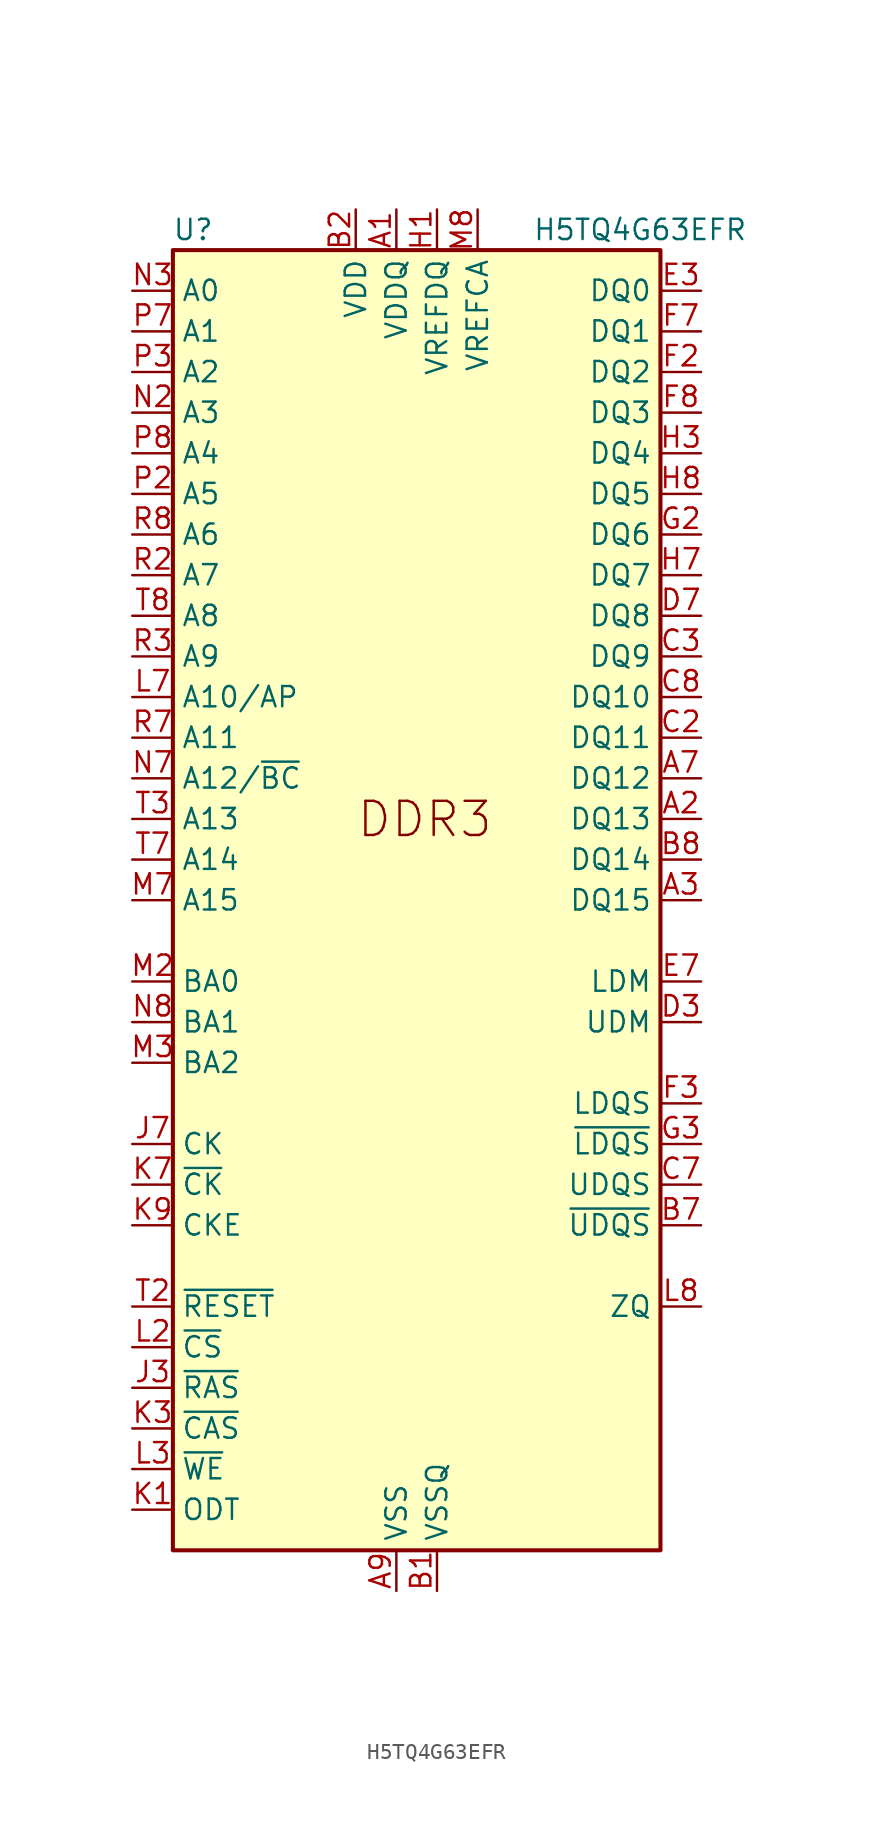
<source format=kicad_sym>
(kicad_symbol_lib
  (version 20241209)
  (generator "kicad_symbol_editor")
  (generator_version "9.0")
  (symbol "H5TQ4G63EFR"
    (property "Reference" "U"
      (at -13.97 41.91 0)
      (effects (font (size 1.27 1.27))))
    (property "Value" "H5TQ4G63EFR"
      (at 13.97 41.91 0)
      (effects (font (size 1.27 1.27))))
    (symbol "H5TQ4G63EFR_0_1"
      (rectangle (start -15.24 40.64) (end 15.24 -40.64) (stroke (width 0.254) (type default)) (fill (type background)))
      (pin input line (at -17.78 38.1 0) (length 2.54) (name "A0" (effects (font (size 1.27 1.27)))) (number "N3" (effects (font (size 1.27 1.27)))))
      (pin input line (at -17.78 35.56 0) (length 2.54) (name "A1" (effects (font (size 1.27 1.27)))) (number "P7" (effects (font (size 1.27 1.27)))))
      (pin input line (at -17.78 33.02 0) (length 2.54) (name "A2" (effects (font (size 1.27 1.27)))) (number "P3" (effects (font (size 1.27 1.27)))))
      (pin input line (at -17.78 30.48 0) (length 2.54) (name "A3" (effects (font (size 1.27 1.27)))) (number "N2" (effects (font (size 1.27 1.27)))))
      (pin input line (at -17.78 27.94 0) (length 2.54) (name "A4" (effects (font (size 1.27 1.27)))) (number "P8" (effects (font (size 1.27 1.27)))))
      (pin input line (at -17.78 25.4 0) (length 2.54) (name "A5" (effects (font (size 1.27 1.27)))) (number "P2" (effects (font (size 1.27 1.27)))))
      (pin input line (at -17.78 22.86 0) (length 2.54) (name "A6" (effects (font (size 1.27 1.27)))) (number "R8" (effects (font (size 1.27 1.27)))))
      (pin input line (at -17.78 20.32 0) (length 2.54) (name "A7" (effects (font (size 1.27 1.27)))) (number "R2" (effects (font (size 1.27 1.27)))))
      (pin input line (at -17.78 17.78 0) (length 2.54) (name "A8" (effects (font (size 1.27 1.27)))) (number "T8" (effects (font (size 1.27 1.27)))))
      (pin input line (at -17.78 15.24 0) (length 2.54) (name "A9" (effects (font (size 1.27 1.27)))) (number "R3" (effects (font (size 1.27 1.27)))))
      (pin input line (at -17.78 12.7 0) (length 2.54) (name "A10/AP" (effects (font (size 1.27 1.27)))) (number "L7" (effects (font (size 1.27 1.27)))))
      (pin input line (at -17.78 10.16 0) (length 2.54) (name "A11" (effects (font (size 1.27 1.27)))) (number "R7" (effects (font (size 1.27 1.27)))))
      (pin input line (at -17.78 7.62 0) (length 2.54) (name "A12/~{BC}" (effects (font (size 1.27 1.27)))) (number "N7" (effects (font (size 1.27 1.27)))))
      (pin input line (at -17.78 5.08 0) (length 2.54) (name "A13" (effects (font (size 1.27 1.27)))) (number "T3" (effects (font (size 1.27 1.27)))))
      (pin input line (at -17.78 2.54 0) (length 2.54) (name "A14" (effects (font (size 1.27 1.27)))) (number "T7" (effects (font (size 1.27 1.27)))))
      (pin input line (at -17.78 -25.4 0) (length 2.54) (name "~{RESET}" (effects (font (size 1.27 1.27)))) (number "T2" (effects (font (size 1.27 1.27)))))
      (pin input line (at -17.78 -27.94 0) (length 2.54) (name "~{CS}" (effects (font (size 1.27 1.27)))) (number "L2" (effects (font (size 1.27 1.27)))))
      (pin power_in line (at -3.81 43.18 270) (length 2.54) (name "VDD" (effects (font (size 1.27 1.27)))) (number "B2" (effects (font (size 1.27 1.27)))))
      (pin passive line (at -3.81 43.18 270) (length 2.54) (hide yes) (name "VDD" (effects (font (size 1.27 1.27)))) (number "D9" (effects (font (size 1.27 1.27)))))
      (pin passive line (at -3.81 43.18 270) (length 2.54) (hide yes) (name "VDD" (effects (font (size 1.27 1.27)))) (number "G7" (effects (font (size 1.27 1.27)))))
      (pin passive line (at -3.81 43.18 270) (length 2.54) (hide yes) (name "VDD" (effects (font (size 1.27 1.27)))) (number "K2" (effects (font (size 1.27 1.27)))))
      (pin passive line (at -3.81 43.18 270) (length 2.54) (hide yes) (name "VDD" (effects (font (size 1.27 1.27)))) (number "K8" (effects (font (size 1.27 1.27)))))
      (pin passive line (at -3.81 43.18 270) (length 2.54) (hide yes) (name "VDD" (effects (font (size 1.27 1.27)))) (number "N1" (effects (font (size 1.27 1.27)))))
      (pin passive line (at -3.81 43.18 270) (length 2.54) (hide yes) (name "VDD" (effects (font (size 1.27 1.27)))) (number "N9" (effects (font (size 1.27 1.27)))))
      (pin passive line (at -3.81 43.18 270) (length 2.54) (hide yes) (name "VDD" (effects (font (size 1.27 1.27)))) (number "R1" (effects (font (size 1.27 1.27)))))
      (pin passive line (at -3.81 43.18 270) (length 2.54) (hide yes) (name "VDD" (effects (font (size 1.27 1.27)))) (number "R9" (effects (font (size 1.27 1.27)))))
      (pin power_in line (at -1.27 43.18 270) (length 2.54) (name "VDDQ" (effects (font (size 1.27 1.27)))) (number "A1" (effects (font (size 1.27 1.27)))))
      (pin passive line (at -1.27 43.18 270) (length 2.54) (hide yes) (name "VDDQ" (effects (font (size 1.27 1.27)))) (number "A8" (effects (font (size 1.27 1.27)))))
      (pin passive line (at -1.27 43.18 270) (length 2.54) (hide yes) (name "VDDQ" (effects (font (size 1.27 1.27)))) (number "C1" (effects (font (size 1.27 1.27)))))
      (pin passive line (at -1.27 43.18 270) (length 2.54) (hide yes) (name "VDDQ" (effects (font (size 1.27 1.27)))) (number "C9" (effects (font (size 1.27 1.27)))))
      (pin passive line (at -1.27 43.18 270) (length 2.54) (hide yes) (name "VDDQ" (effects (font (size 1.27 1.27)))) (number "D2" (effects (font (size 1.27 1.27)))))
      (pin passive line (at -1.27 43.18 270) (length 2.54) (hide yes) (name "VDDQ" (effects (font (size 1.27 1.27)))) (number "E9" (effects (font (size 1.27 1.27)))))
      (pin passive line (at -1.27 43.18 270) (length 2.54) (hide yes) (name "VDDQ" (effects (font (size 1.27 1.27)))) (number "F1" (effects (font (size 1.27 1.27)))))
      (pin passive line (at -1.27 43.18 270) (length 2.54) (hide yes) (name "VDDQ" (effects (font (size 1.27 1.27)))) (number "H2" (effects (font (size 1.27 1.27)))))
      (pin passive line (at -1.27 43.18 270) (length 2.54) (hide yes) (name "VDDQ" (effects (font (size 1.27 1.27)))) (number "H9" (effects (font (size 1.27 1.27)))))
      (pin power_in line (at -1.27 -43.18 90) (length 2.54) (name "VSS" (effects (font (size 1.27 1.27)))) (number "A9" (effects (font (size 1.27 1.27)))))
      (pin passive line (at -1.27 -43.18 90) (length 2.54) (hide yes) (name "VSS" (effects (font (size 1.27 1.27)))) (number "B3" (effects (font (size 1.27 1.27)))))
      (pin passive line (at -1.27 -43.18 90) (length 2.54) (hide yes) (name "VSS" (effects (font (size 1.27 1.27)))) (number "E1" (effects (font (size 1.27 1.27)))))
      (pin passive line (at -1.27 -43.18 90) (length 2.54) (hide yes) (name "VSS" (effects (font (size 1.27 1.27)))) (number "G8" (effects (font (size 1.27 1.27)))))
      (pin passive line (at -1.27 -43.18 90) (length 2.54) (hide yes) (name "VSS" (effects (font (size 1.27 1.27)))) (number "J2" (effects (font (size 1.27 1.27)))))
      (pin passive line (at -1.27 -43.18 90) (length 2.54) (hide yes) (name "VSS" (effects (font (size 1.27 1.27)))) (number "J8" (effects (font (size 1.27 1.27)))))
      (pin passive line (at -1.27 -43.18 90) (length 2.54) (hide yes) (name "VSS" (effects (font (size 1.27 1.27)))) (number "M1" (effects (font (size 1.27 1.27)))))
      (pin passive line (at -1.27 -43.18 90) (length 2.54) (hide yes) (name "VSS" (effects (font (size 1.27 1.27)))) (number "M9" (effects (font (size 1.27 1.27)))))
      (pin passive line (at -1.27 -43.18 90) (length 2.54) (hide yes) (name "VSS" (effects (font (size 1.27 1.27)))) (number "P1" (effects (font (size 1.27 1.27)))))
      (pin passive line (at -1.27 -43.18 90) (length 2.54) (hide yes) (name "VSS" (effects (font (size 1.27 1.27)))) (number "P9" (effects (font (size 1.27 1.27)))))
      (pin passive line (at -1.27 -43.18 90) (length 2.54) (hide yes) (name "VSS" (effects (font (size 1.27 1.27)))) (number "T1" (effects (font (size 1.27 1.27)))))
      (pin passive line (at -1.27 -43.18 90) (length 2.54) (hide yes) (name "VSS" (effects (font (size 1.27 1.27)))) (number "T9" (effects (font (size 1.27 1.27)))))
      (pin power_in line (at 1.27 43.18 270) (length 2.54) (name "VREFDQ" (effects (font (size 1.27 1.27)))) (number "H1" (effects (font (size 1.27 1.27)))))
      (pin power_in line (at 1.27 -43.18 90) (length 2.54) (name "VSSQ" (effects (font (size 1.27 1.27)))) (number "B1" (effects (font (size 1.27 1.27)))))
      (pin passive line (at 1.27 -43.18 90) (length 2.54) (hide yes) (name "VSSQ" (effects (font (size 1.27 1.27)))) (number "B9" (effects (font (size 1.27 1.27)))))
      (pin passive line (at 1.27 -43.18 90) (length 2.54) (hide yes) (name "VSSQ" (effects (font (size 1.27 1.27)))) (number "D1" (effects (font (size 1.27 1.27)))))
      (pin passive line (at 1.27 -43.18 90) (length 2.54) (hide yes) (name "VSSQ" (effects (font (size 1.27 1.27)))) (number "D8" (effects (font (size 1.27 1.27)))))
      (pin passive line (at 1.27 -43.18 90) (length 2.54) (hide yes) (name "VSSQ" (effects (font (size 1.27 1.27)))) (number "E2" (effects (font (size 1.27 1.27)))))
      (pin passive line (at 1.27 -43.18 90) (length 2.54) (hide yes) (name "VSSQ" (effects (font (size 1.27 1.27)))) (number "E8" (effects (font (size 1.27 1.27)))))
      (pin passive line (at 1.27 -43.18 90) (length 2.54) (hide yes) (name "VSSQ" (effects (font (size 1.27 1.27)))) (number "F9" (effects (font (size 1.27 1.27)))))
      (pin passive line (at 1.27 -43.18 90) (length 2.54) (hide yes) (name "VSSQ" (effects (font (size 1.27 1.27)))) (number "G1" (effects (font (size 1.27 1.27)))))
      (pin passive line (at 1.27 -43.18 90) (length 2.54) (hide yes) (name "VSSQ" (effects (font (size 1.27 1.27)))) (number "G9" (effects (font (size 1.27 1.27)))))
      (pin bidirectional line (at 17.78 38.1 180) (length 2.54) (name "DQ0" (effects (font (size 1.27 1.27)))) (number "E3" (effects (font (size 1.27 1.27)))))
      (pin bidirectional line (at 17.78 35.56 180) (length 2.54) (name "DQ1" (effects (font (size 1.27 1.27)))) (number "F7" (effects (font (size 1.27 1.27)))))
      (pin bidirectional line (at 17.78 33.02 180) (length 2.54) (name "DQ2" (effects (font (size 1.27 1.27)))) (number "F2" (effects (font (size 1.27 1.27)))))
      (pin bidirectional line (at 17.78 30.48 180) (length 2.54) (name "DQ3" (effects (font (size 1.27 1.27)))) (number "F8" (effects (font (size 1.27 1.27)))))
      (pin bidirectional line (at 17.78 27.94 180) (length 2.54) (name "DQ4" (effects (font (size 1.27 1.27)))) (number "H3" (effects (font (size 1.27 1.27)))))
      (pin bidirectional line (at 17.78 25.4 180) (length 2.54) (name "DQ5" (effects (font (size 1.27 1.27)))) (number "H8" (effects (font (size 1.27 1.27)))))
      (pin bidirectional line (at 17.78 22.86 180) (length 2.54) (name "DQ6" (effects (font (size 1.27 1.27)))) (number "G2" (effects (font (size 1.27 1.27)))))
      (pin bidirectional line (at 17.78 20.32 180) (length 2.54) (name "DQ7" (effects (font (size 1.27 1.27)))) (number "H7" (effects (font (size 1.27 1.27))))))
    (symbol "H5TQ4G63EFR_1_1"
      (text "DDR3" (at -3.81 3.81 0) (effects (font (size 2.134 2.134)) (justify left bottom)))
      (pin input line (at -17.78 0 0) (length 2.54) (name "A15" (effects (font (size 1.27 1.27)))) (number "M7" (effects (font (size 1.27 1.27)))))
      (pin input line (at -17.78 -5.08 0) (length 2.54) (name "BA0" (effects (font (size 1.27 1.27)))) (number "M2" (effects (font (size 1.27 1.27)))))
      (pin input line (at -17.78 -7.62 0) (length 2.54) (name "BA1" (effects (font (size 1.27 1.27)))) (number "N8" (effects (font (size 1.27 1.27)))))
      (pin input line (at -17.78 -10.16 0) (length 2.54) (name "BA2" (effects (font (size 1.27 1.27)))) (number "M3" (effects (font (size 1.27 1.27)))))
      (pin input line (at -17.78 -15.24 0) (length 2.54) (name "CK" (effects (font (size 1.27 1.27)))) (number "J7" (effects (font (size 1.27 1.27)))))
      (pin input line (at -17.78 -17.78 0) (length 2.54) (name "~{CK}" (effects (font (size 1.27 1.27)))) (number "K7" (effects (font (size 1.27 1.27)))))
      (pin input line (at -17.78 -20.32 0) (length 2.54) (name "CKE" (effects (font (size 1.27 1.27)))) (number "K9" (effects (font (size 1.27 1.27)))))
      (pin input line (at -17.78 -30.48 0) (length 2.54) (name "~{RAS}" (effects (font (size 1.27 1.27)))) (number "J3" (effects (font (size 1.27 1.27)))))
      (pin input line (at -17.78 -33.02 0) (length 2.54) (name "~{CAS}" (effects (font (size 1.27 1.27)))) (number "K3" (effects (font (size 1.27 1.27)))))
      (pin input line (at -17.78 -35.56 0) (length 2.54) (name "~{WE}" (effects (font (size 1.27 1.27)))) (number "L3" (effects (font (size 1.27 1.27)))))
      (pin input line (at -17.78 -38.1 0) (length 2.54) (name "ODT" (effects (font (size 1.27 1.27)))) (number "K1" (effects (font (size 1.27 1.27)))))
      (pin power_in line (at 3.81 43.18 270) (length 2.54) (name "VREFCA" (effects (font (size 1.27 1.27)))) (number "M8" (effects (font (size 1.27 1.27)))))
      (pin no_connect line (at 15.24 -27.94 180) (length 2.54) (hide yes) (name "NC" (effects (font (size 1.27 1.27)))) (number "J1" (effects (font (size 1.27 1.27)))))
      (pin no_connect line (at 15.24 -30.48 180) (length 2.54) (hide yes) (name "NC" (effects (font (size 1.27 1.27)))) (number "J9" (effects (font (size 1.27 1.27)))))
      (pin no_connect line (at 15.24 -33.02 180) (length 2.54) (hide yes) (name "NC" (effects (font (size 1.27 1.27)))) (number "L1" (effects (font (size 1.27 1.27)))))
      (pin no_connect line (at 15.24 -35.56 180) (length 2.54) (hide yes) (name "NC" (effects (font (size 1.27 1.27)))) (number "L9" (effects (font (size 1.27 1.27)))))
      (pin bidirectional line (at 17.78 17.78 180) (length 2.54) (name "DQ8" (effects (font (size 1.27 1.27)))) (number "D7" (effects (font (size 1.27 1.27)))))
      (pin bidirectional line (at 17.78 15.24 180) (length 2.54) (name "DQ9" (effects (font (size 1.27 1.27)))) (number "C3" (effects (font (size 1.27 1.27)))))
      (pin bidirectional line (at 17.78 12.7 180) (length 2.54) (name "DQ10" (effects (font (size 1.27 1.27)))) (number "C8" (effects (font (size 1.27 1.27)))))
      (pin bidirectional line (at 17.78 10.16 180) (length 2.54) (name "DQ11" (effects (font (size 1.27 1.27)))) (number "C2" (effects (font (size 1.27 1.27)))))
      (pin bidirectional line (at 17.78 7.62 180) (length 2.54) (name "DQ12" (effects (font (size 1.27 1.27)))) (number "A7" (effects (font (size 1.27 1.27)))))
      (pin bidirectional line (at 17.78 5.08 180) (length 2.54) (name "DQ13" (effects (font (size 1.27 1.27)))) (number "A2" (effects (font (size 1.27 1.27)))))
      (pin bidirectional line (at 17.78 2.54 180) (length 2.54) (name "DQ14" (effects (font (size 1.27 1.27)))) (number "B8" (effects (font (size 1.27 1.27)))))
      (pin bidirectional line (at 17.78 0 180) (length 2.54) (name "DQ15" (effects (font (size 1.27 1.27)))) (number "A3" (effects (font (size 1.27 1.27)))))
      (pin input line (at 17.78 -5.08 180) (length 2.54) (name "LDM" (effects (font (size 1.27 1.27)))) (number "E7" (effects (font (size 1.27 1.27)))))
      (pin input line (at 17.78 -7.62 180) (length 2.54) (name "UDM" (effects (font (size 1.27 1.27)))) (number "D3" (effects (font (size 1.27 1.27)))))
      (pin bidirectional line (at 17.78 -12.7 180) (length 2.54) (name "LDQS" (effects (font (size 1.27 1.27)))) (number "F3" (effects (font (size 1.27 1.27)))))
      (pin bidirectional line (at 17.78 -15.24 180) (length 2.54) (name "~{LDQS}" (effects (font (size 1.27 1.27)))) (number "G3" (effects (font (size 1.27 1.27)))))
      (pin bidirectional line (at 17.78 -17.78 180) (length 2.54) (name "UDQS" (effects (font (size 1.27 1.27)))) (number "C7" (effects (font (size 1.27 1.27)))))
      (pin bidirectional line (at 17.78 -20.32 180) (length 2.54) (name "~{UDQS}" (effects (font (size 1.27 1.27)))) (number "B7" (effects (font (size 1.27 1.27)))))
      (pin input line (at 17.78 -25.4 180) (length 2.54) (name "ZQ" (effects (font (size 1.27 1.27)))) (number "L8" (effects (font (size 1.27 1.27))))))))
</source>
